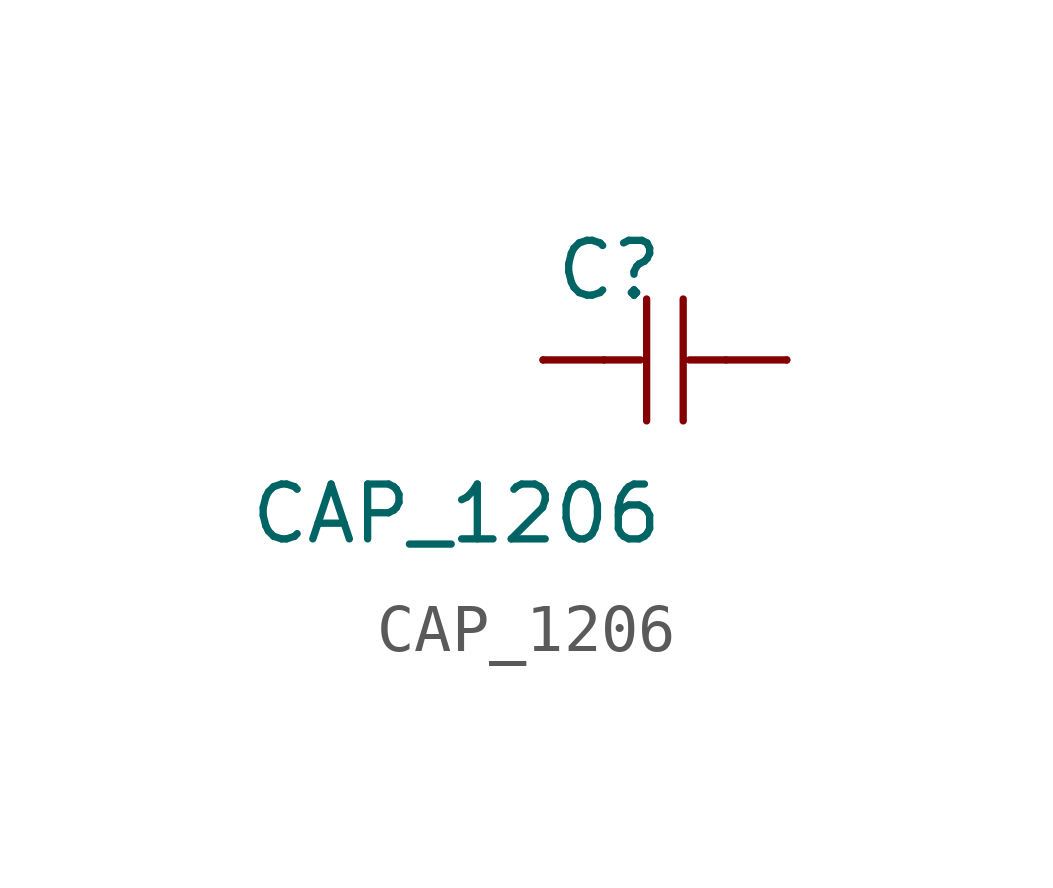
<source format=kicad_sym>
(kicad_symbol_lib
  (version 20211014)
  (generator kicad_symbol_editor)
  (symbol "CAP_1206"
    (pin_numbers hide)
    (pin_names
      (offset 1.016) hide)
    (property "Reference" "C"
      (at 0 2.54 0)
      (effects (font (size 1.143 1.143)) (justify right top)))
    (property "Value" "CAP_1206"
      (at 0 -2.54 0)
      (effects (font (size 1.143 1.143)) (justify right top)))
    (property "ki_locked" ""
      (at 0 0 0)
      (effects (font (size 1.27 1.27))))
    (symbol "CAP_1206_1_0"
      (polyline (pts (xy -1.27 0) (xy -2.54 0)) (stroke (width 0) (type default) (color 0 0 0 0)) (fill (type none)))
      (polyline (pts (xy -1.27 0) (xy -0.508 0)) (stroke (width 0) (type default) (color 0 0 0 0)) (fill (type none)))
      (polyline (pts (xy -0.381 -1.27) (xy -0.381 1.27)) (stroke (width 0) (type default) (color 0 0 0 0)) (fill (type none)))
      (polyline (pts (xy 0.381 -1.27) (xy 0.381 1.27)) (stroke (width 0) (type default) (color 0 0 0 0)) (fill (type none)))
      (polyline (pts (xy 1.27 0) (xy 0.508 0)) (stroke (width 0) (type default) (color 0 0 0 0)) (fill (type none)))
      (polyline (pts (xy 1.27 0) (xy 2.54 0)) (stroke (width 0) (type default) (color 0 0 0 0)) (fill (type none))))
    (symbol "CAP_1206_1_1"
      (pin passive line (at -2.54 0 0) (length 0) (name "1" (effects (font (size 1.016 1.016)))) (number "1" (effects (font (size 1.016 1.016)))))
      (pin passive line (at 2.54 0 180) (length 0) (name "2" (effects (font (size 1.016 1.016)))) (number "2" (effects (font (size 1.016 1.016))))))))
</source>
